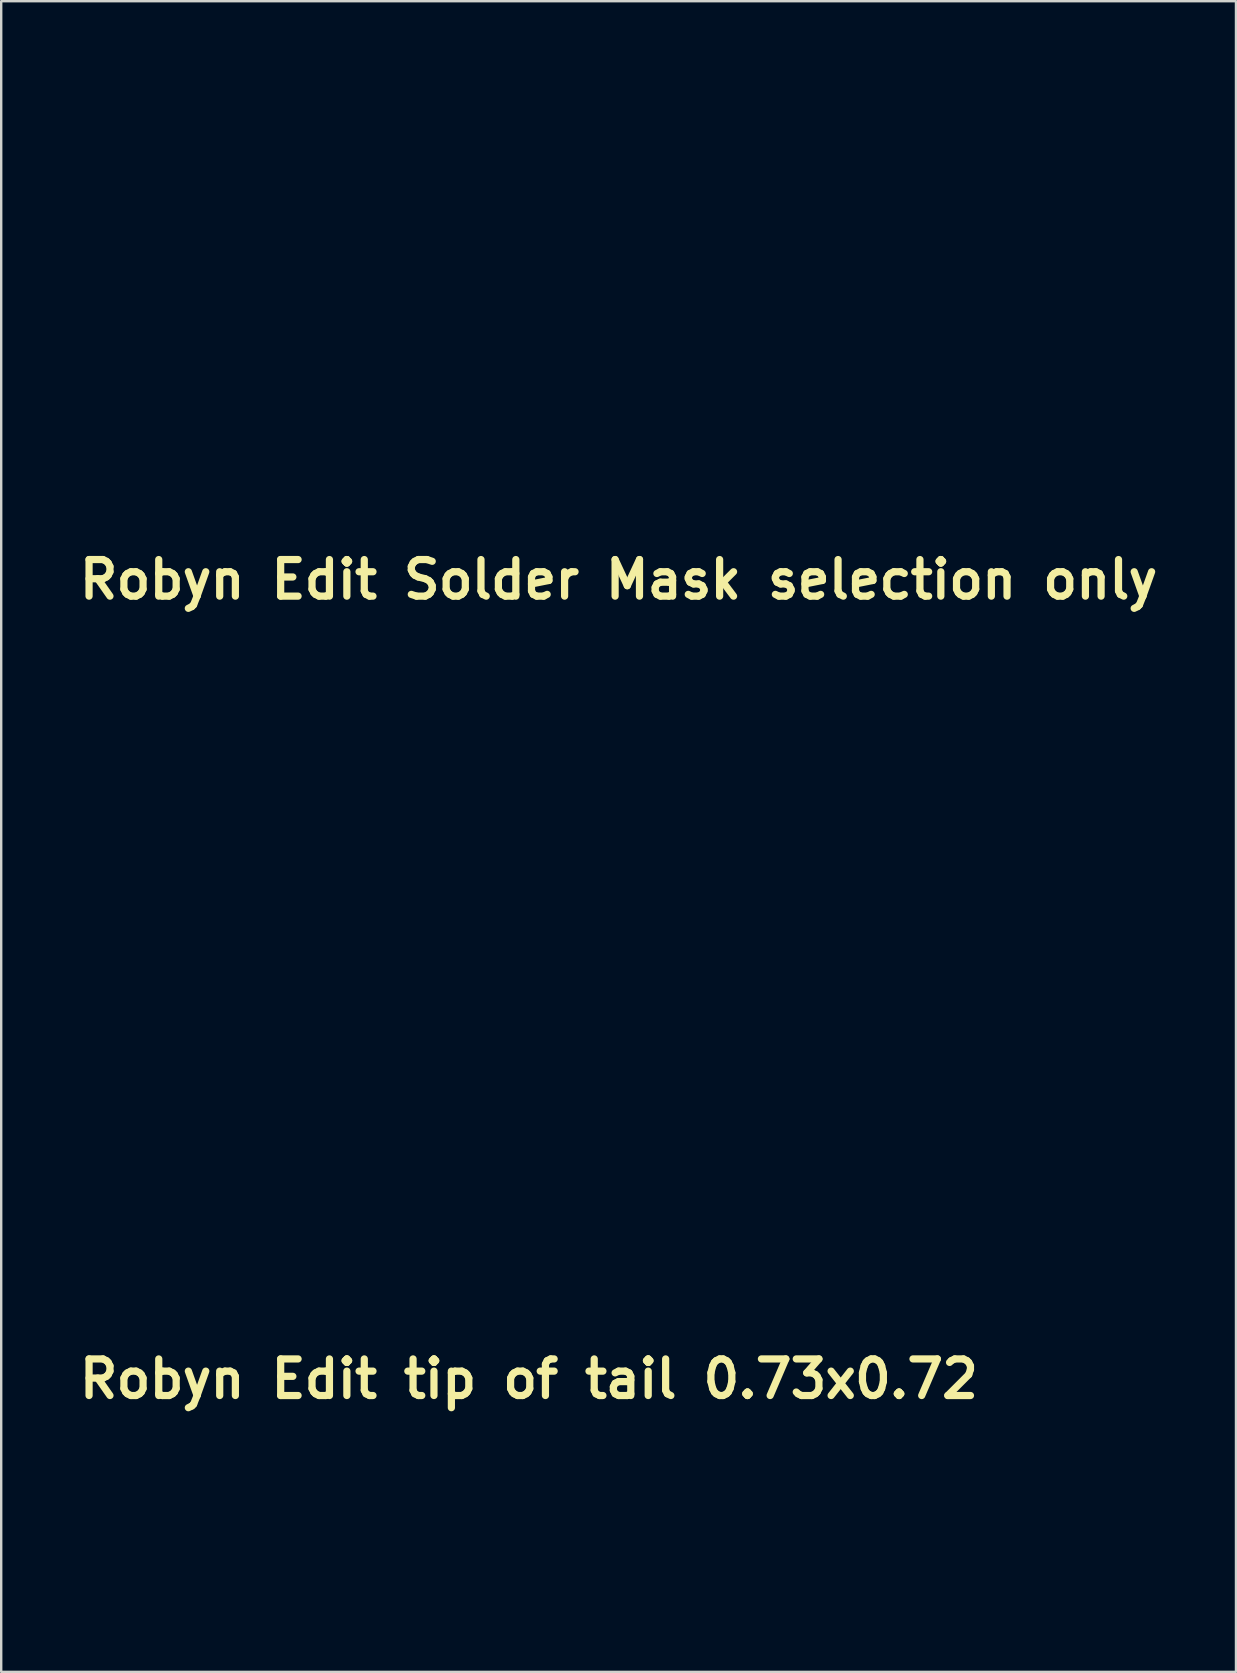
<source format=kicad_pcb>
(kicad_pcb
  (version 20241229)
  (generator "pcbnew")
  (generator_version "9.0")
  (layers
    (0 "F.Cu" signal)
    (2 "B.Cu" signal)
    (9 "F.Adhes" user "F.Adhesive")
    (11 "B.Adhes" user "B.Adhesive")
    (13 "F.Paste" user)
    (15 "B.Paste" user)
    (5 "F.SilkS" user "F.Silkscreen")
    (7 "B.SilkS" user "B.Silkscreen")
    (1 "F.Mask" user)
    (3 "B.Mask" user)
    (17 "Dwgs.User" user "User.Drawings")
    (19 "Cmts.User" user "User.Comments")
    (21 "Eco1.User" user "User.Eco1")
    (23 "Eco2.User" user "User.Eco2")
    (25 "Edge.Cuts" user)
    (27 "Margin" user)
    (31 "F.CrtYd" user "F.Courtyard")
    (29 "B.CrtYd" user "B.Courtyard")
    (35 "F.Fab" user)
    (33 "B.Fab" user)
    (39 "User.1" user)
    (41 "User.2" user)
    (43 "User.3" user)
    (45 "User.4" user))
  (footprint "Robyn Edit tip of tail 0.73x0.72"
    (layer "F.Cu")
    (at 18.985 54.401)
    (property "Reference" "Robyn Edit tip of tail 0.73x0.72" (at 0 0 0) (layer "F.SilkS") (effects (font (size 1.524 1.524) (thickness 0.3))))
    (attr board_only exclude_from_pos_files exclude_from_bom)
    (zone (net_name "") (layer "F.Cu") (hatch edge 0.508) (connect_pads) (min_thickness 0.254) (filled_areas_thickness no) (keepout (tracks not_allowed) (vias not_allowed) (pads not_allowed) (copperpour not_allowed) (footprints allowed)) (placement (enabled no)) (fill) (polygon (pts (xy 11.354 45.373) (xy 11.521 45.572) (xy 11.7 45.834) (xy 11.959 46.202) (xy 12.274 46.561) (xy 12.658 46.917) (xy 13.122 47.278) (xy 13.679 47.65) (xy 14.34 48.042) (xy 15.119 48.459) (xy 16.026 48.908) (xy 17.075 49.398) (xy 18.277 49.934) (xy 19.644 50.525) (xy 20.083 50.711) (xy 21.36 51.259) (xy 22.475 51.752) (xy 23.444 52.199) (xy 24.286 52.612) (xy 25.018 52.999) (xy 25.658 53.371) (xy 26.224 53.736) (xy 26.733 54.104) (xy 27.203 54.486) (xy 27.565 54.81) (xy 27.914 55.157) (xy 28.105 55.404) (xy 28.138 55.56) (xy 28.016 55.632) (xy 27.738 55.625) (xy 27.707 55.621) (xy 27.374 55.518) (xy 26.926 55.282) (xy 26.356 54.91) (xy 26.092 54.721) (xy 25.867 54.557) (xy 26.068 54.886) (xy 26.223 55.291) (xy 26.267 55.759) (xy 26.198 56.208) (xy 26.102 56.432) (xy 25.797 56.769) (xy 25.355 56.996) (xy 24.799 57.101) (xy 24.57 57.107) (xy 23.972 57.099) (xy 24.114 57.439) (xy 24.234 57.919) (xy 24.226 58.425) (xy 24.103 58.903) (xy 23.874 59.298) (xy 23.68 59.482) (xy 23.359 59.618) (xy 22.951 59.669) (xy 22.54 59.634) (xy 22.244 59.529) (xy 22.016 59.414) (xy 21.926 59.425) (xy 21.954 59.577) (xy 22.009 59.718) (xy 22.136 60.247) (xy 22.094 60.783) (xy 21.991 61.076) (xy 21.73 61.425) (xy 21.351 61.627) (xy 20.865 61.679) (xy 20.294 61.582) (xy 20.052 61.527) (xy 19.902 61.514) (xy 19.885 61.52) (xy 19.89 61.626) (xy 19.949 61.847) (xy 19.99 61.97) (xy 20.11 62.448) (xy 20.13 62.888) (xy 20.053 63.242) (xy 19.943 63.411) (xy 19.777 63.551) (xy 19.671 63.603) (xy 19.589 63.536) (xy 19.39 63.344) (xy 19.087 63.042) (xy 18.694 62.645) (xy 18.225 62.167) (xy 17.696 61.621) (xy 17.119 61.023) (xy 16.812 60.703) (xy 15.822 59.669) (xy 14.955 58.763) (xy 14.202 57.973) (xy 13.554 57.289) (xy 13.001 56.701) (xy 12.535 56.196) (xy 12.145 55.765) (xy 11.822 55.397) (xy 11.558 55.08) (xy 11.342 54.805) (xy 11.166 54.559) (xy 11.02 54.333) (xy 10.895 54.116) (xy 10.781 53.896) (xy 10.669 53.663) (xy 10.587 53.487) (xy 10.175 52.42) (xy 9.898 51.314) (xy 9.759 50.205) (xy 9.762 49.131) (xy 9.914 48.13) (xy 9.955 47.968) (xy 10.071 47.605) (xy 10.234 47.18) (xy 10.427 46.729) (xy 10.634 46.285) (xy 10.837 45.886) (xy 11.02 45.565) (xy 11.165 45.357) (xy 11.246 45.297)))))
  (footprint "Robyn Edit Solder Mask selection only"
    (layer "F.Cu")
    (at 22.722 21.097)
    (property "Reference" "Robyn Edit Solder Mask selection only" (at 0 0 0) (layer "F.SilkS") (effects (font (size 1.524 1.524) (thickness 0.3))))
    (attr board_only exclude_from_pos_files exclude_from_bom)
    (fp_poly (pts (xy 7.367 -16.443) (xy 7.582 -16.12) (xy 7.894 -15.829) (xy 8.235 -15.636) (xy 8.249 -15.63) (xy 8.327 -15.585) (xy 8.289 -15.524) (xy 8.117 -15.427) (xy 8.064 -15.4) (xy 7.803 -15.258) (xy 7.629 -15.111) (xy 7.487 -14.905) (xy 7.37 -14.677) (xy 7.21 -14.351) (xy 7.113 -14.605) (xy 6.87 -15.01) (xy 6.491 -15.322) (xy 6.322 -15.41) (xy 5.998 -15.557) (xy 6.242 -15.642) (xy 6.518 -15.798) (xy 6.802 -16.05) (xy 7.032 -16.337) (xy 7.133 -16.533) (xy 7.218 -16.777)) (stroke (width 0) (type solid)) (fill yes) (layer "F.Mask"))
    (fp_poly (pts (xy 8.075 -20.874) (xy 8.252 -20.673) (xy 8.481 -20.493) (xy 8.492 -20.486) (xy 8.641 -20.378) (xy 8.651 -20.324) (xy 8.624 -20.32) (xy 8.448 -20.246) (xy 8.221 -20.038) (xy 8.003 -19.77) (xy 7.911 -19.665) (xy 7.878 -19.702) (xy 7.877 -19.733) (xy 7.812 -19.878) (xy 7.658 -20.062) (xy 7.466 -20.232) (xy 7.289 -20.336) (xy 7.281 -20.338) (xy 7.243 -20.391) (xy 7.361 -20.483) (xy 7.427 -20.519) (xy 7.648 -20.678) (xy 7.81 -20.87) (xy 7.815 -20.879) (xy 7.929 -21.097)) (stroke (width 0) (type solid)) (fill yes) (layer "F.Mask"))
    (fp_poly (pts (xy 2.77 15.651) (xy 3.023 15.81) (xy 3.307 16.031) (xy 3.449 16.16) (xy 3.771 16.556) (xy 3.934 16.952) (xy 3.945 17.339) (xy 3.816 17.707) (xy 3.554 18.048) (xy 3.169 18.352) (xy 2.671 18.609) (xy 2.069 18.812) (xy 1.371 18.949) (xy 0.593 19.012) (xy 0.153 19.017) (xy -0.27 19.009) (xy -0.622 18.988) (xy -0.804 18.965) (xy -1.21 18.884) (xy -1.555 18.797) (xy -1.808 18.714) (xy -1.937 18.645) (xy -1.947 18.626) (xy -1.876 18.561) (xy -1.691 18.46) (xy -1.503 18.374) (xy -0.703 17.979) (xy 0.126 17.47) (xy 0.933 16.883) (xy 1.668 16.253) (xy 1.878 16.05) (xy 2.443 15.484)) (stroke (width 0) (type solid)) (fill yes) (layer "F.Mask"))
    (fp_poly (pts (xy 10.325 -20.453) (xy 10.326 -20.447) (xy 10.373 -20.24) (xy 10.49 -19.945) (xy 10.651 -19.612) (xy 10.831 -19.295) (xy 10.969 -19.094) (xy 11.304 -18.754) (xy 11.751 -18.444) (xy 12.25 -18.201) (xy 12.38 -18.155) (xy 12.806 -18.013) (xy 12.39 -17.867) (xy 11.724 -17.566) (xy 11.192 -17.171) (xy 10.778 -16.667) (xy 10.466 -16.037) (xy 10.423 -15.922) (xy 10.274 -15.499) (xy 10.132 -15.941) (xy 9.849 -16.549) (xy 9.428 -17.084) (xy 8.89 -17.521) (xy 8.259 -17.84) (xy 8.196 -17.863) (xy 7.768 -18.013) (xy 8.192 -18.154) (xy 8.83 -18.452) (xy 9.374 -18.888) (xy 9.813 -19.45) (xy 10.127 -20.096) (xy 10.223 -20.331) (xy 10.294 -20.458)) (stroke (width 0) (type solid)) (fill yes) (layer "F.Mask"))
    (fp_poly (pts (xy -18.754 16.302) (xy -18.4 16.305) (xy -18.113 16.319) (xy -17.853 16.351) (xy -17.58 16.408) (xy -17.254 16.5) (xy -16.835 16.632) (xy -16.481 16.749) (xy -15.999 16.905) (xy -15.542 17.049) (xy -15.148 17.168) (xy -14.855 17.25) (xy -14.743 17.277) (xy -14.225 17.45) (xy -13.75 17.721) (xy -13.35 18.064) (xy -13.057 18.452) (xy -12.903 18.856) (xy -12.905 19.282) (xy -13.053 19.716) (xy -13.329 20.127) (xy -13.713 20.487) (xy -14.072 20.71) (xy -14.667 20.947) (xy -15.347 21.114) (xy -16.046 21.199) (xy -16.699 21.193) (xy -16.891 21.169) (xy -17.559 21.003) (xy -18.211 20.733) (xy -18.795 20.383) (xy -19.232 20.009) (xy -19.464 19.723) (xy -19.729 19.328) (xy -19.999 18.875) (xy -20.246 18.413) (xy -20.441 17.991) (xy -20.541 17.715) (xy -20.612 17.445) (xy -20.627 17.263) (xy -20.582 17.095) (xy -20.517 16.953) (xy -20.35 16.695) (xy -20.124 16.51) (xy -19.813 16.389) (xy -19.391 16.323) (xy -18.832 16.302)) (stroke (width 0) (type solid)) (fill yes) (layer "F.Mask"))
    (fp_poly (pts (xy 18.276 -2.34) (xy 18.687 -2.06) (xy 19.013 -1.886) (xy 19.289 -1.804) (xy 19.547 -1.8) (xy 19.568 -1.803) (xy 19.718 -1.813) (xy 19.847 -1.787) (xy 19.974 -1.706) (xy 20.114 -1.551) (xy 20.286 -1.303) (xy 20.505 -0.944) (xy 20.78 -0.473) (xy 21.372 0.637) (xy 21.82 1.67) (xy 22.127 2.634) (xy 22.296 3.539) (xy 22.327 4.394) (xy 22.227 5.196) (xy 22.074 5.803) (xy 21.875 6.344) (xy 21.611 6.851) (xy 21.261 7.36) (xy 20.806 7.902) (xy 20.369 8.368) (xy 19.609 9.081) (xy 18.795 9.721) (xy 17.946 10.279) (xy 17.081 10.747) (xy 16.219 11.115) (xy 15.381 11.375) (xy 14.587 11.518) (xy 13.854 11.536) (xy 13.41 11.474) (xy 13.119 11.396) (xy 12.816 11.292) (xy 12.539 11.178) (xy 12.327 11.071) (xy 12.216 10.988) (xy 12.214 10.956) (xy 12.299 10.89) (xy 12.478 10.758) (xy 12.648 10.637) (xy 13.064 10.285) (xy 13.396 9.866) (xy 13.684 9.33) (xy 13.691 9.314) (xy 13.802 9.04) (xy 13.861 8.791) (xy 13.88 8.499) (xy 13.872 8.171) (xy 13.825 7.707) (xy 13.715 7.286) (xy 13.525 6.872) (xy 13.237 6.428) (xy 12.835 5.917) (xy 12.814 5.891) (xy 12.587 5.616) (xy 12.411 5.394) (xy 12.308 5.255) (xy 12.291 5.221) (xy 12.556 5.036) (xy 12.703 4.789) (xy 12.738 4.454) (xy 12.668 4.008) (xy 12.653 3.946) (xy 12.591 3.678) (xy 12.557 3.486) (xy 12.556 3.418) (xy 12.647 3.42) (xy 12.836 3.462) (xy 12.874 3.473) (xy 13.376 3.55) (xy 13.803 3.486) (xy 14.142 3.298) (xy 14.379 3.002) (xy 14.499 2.616) (xy 14.49 2.156) (xy 14.348 1.664) (xy 14.317 1.566) (xy 14.362 1.554) (xy 14.517 1.627) (xy 14.552 1.646) (xy 14.875 1.753) (xy 15.241 1.787) (xy 15.58 1.748) (xy 15.779 1.666) (xy 15.957 1.506) (xy 16.138 1.279) (xy 16.171 1.228) (xy 16.276 1.028) (xy 16.325 0.824) (xy 16.331 0.551) (xy 16.321 0.356) (xy 16.291 0.041) (xy 16.253 -0.22) (xy 16.217 -0.362) (xy 16.193 -0.456) (xy 16.26 -0.486) (xy 16.452 -0.465) (xy 16.482 -0.46) (xy 16.955 -0.456) (xy 17.396 -0.582) (xy 17.768 -0.821) (xy 18.034 -1.152) (xy 18.078 -1.246) (xy 18.191 -1.651) (xy 18.158 -2.025) (xy 18.043 -2.311) (xy 17.882 -2.626)) (stroke (width 0) (type solid)) (fill yes) (layer "F.Mask"))
    (fp_poly (pts (xy -21.29 -2.513) (xy -21.017 -2.303) (xy -20.659 -2.002) (xy -20.27 -1.683) (xy -19.862 -1.364) (xy -19.485 -1.081) (xy -19.197 -0.88) (xy -18.865 -0.673) (xy -18.501 -0.465) (xy -18.142 -0.275) (xy -17.825 -0.122) (xy -17.587 -0.025) (xy -17.482 -0.000067) (xy -17.385 0.051) (xy -17.19 0.19) (xy -16.926 0.394) (xy -16.677 0.597) (xy -16.305 0.886) (xy -15.898 1.17) (xy -15.52 1.405) (xy -15.349 1.497) (xy -15.043 1.646) (xy -14.838 1.728) (xy -14.686 1.752) (xy -14.535 1.726) (xy -14.376 1.674) (xy -13.692 1.438) (xy -13.133 1.252) (xy -12.666 1.106) (xy -12.259 0.992) (xy -11.876 0.901) (xy -11.485 0.822) (xy -11.053 0.749) (xy -10.887 0.722) (xy -10.052 0.599) (xy -9.34 0.514) (xy -8.708 0.465) (xy -8.116 0.45) (xy -7.522 0.468) (xy -6.882 0.517) (xy -6.604 0.545) (xy -5.317 0.714) (xy -4.117 0.936) (xy -3.024 1.208) (xy -2.058 1.524) (xy -1.251 1.873) (xy -0.993 1.999) (xy -0.798 2.087) (xy -0.714 2.117) (xy -0.633 2.062) (xy -0.462 1.915) (xy -0.229 1.702) (xy -0.098 1.577) (xy 0.256 1.264) (xy 0.605 1.019) (xy 1.018 0.797) (xy 1.27 0.681) (xy 1.73 0.47) (xy 2.246 0.222) (xy 2.726 -0.017) (xy 2.852 -0.082) (xy 3.214 -0.266) (xy 3.455 -0.372) (xy 3.598 -0.409) (xy 3.667 -0.384) (xy 3.678 -0.365) (xy 3.701 -0.214) (xy 3.716 0.072) (xy 3.723 0.46) (xy 3.724 0.918) (xy 3.717 1.412) (xy 3.704 1.908) (xy 3.685 2.374) (xy 3.66 2.776) (xy 3.638 3.006) (xy 3.453 4.152) (xy 3.162 5.189) (xy 2.754 6.147) (xy 2.3 6.934) (xy 1.948 7.476) (xy 1.988 9.093) (xy 2.002 9.66) (xy 2.006 10.062) (xy 2 10.302) (xy 1.979 10.387) (xy 1.94 10.318) (xy 1.881 10.101) (xy 1.798 9.74) (xy 1.732 9.442) (xy 1.635 9.055) (xy 1.532 8.79) (xy 1.403 8.602) (xy 1.34 8.538) (xy 0.937 8.266) (xy 0.482 8.155) (xy -0.023 8.205) (xy -0.574 8.416) (xy -0.578 8.418) (xy -0.832 8.562) (xy -1.044 8.723) (xy -1.227 8.926) (xy -1.394 9.192) (xy -1.559 9.544) (xy -1.735 10.004) (xy -1.936 10.597) (xy -2.027 10.88) (xy -2.178 11.473) (xy -2.302 12.214) (xy -2.396 13.085) (xy -2.459 14.066) (xy -2.48 14.69) (xy -2.498 15.452) (xy -3.006 15.509) (xy -3.361 15.566) (xy -3.714 15.648) (xy -3.884 15.7) (xy -4.152 15.792) (xy -4.306 15.818) (xy -4.391 15.772) (xy -4.454 15.646) (xy -4.472 15.6) (xy -4.539 15.413) (xy -4.638 15.118) (xy -4.751 14.769) (xy -4.789 14.647) (xy -5.003 13.995) (xy -5.233 13.331) (xy -5.471 12.68) (xy -5.706 12.068) (xy -5.928 11.522) (xy -6.127 11.065) (xy -6.293 10.725) (xy -6.391 10.559) (xy -6.489 10.382) (xy -6.519 10.271) (xy -6.563 10.147) (xy -6.68 9.914) (xy -6.853 9.604) (xy -7.062 9.249) (xy -7.288 8.882) (xy -7.512 8.535) (xy -7.715 8.239) (xy -7.734 8.213) (xy -8.213 7.627) (xy -8.738 7.105) (xy -9.274 6.68) (xy -9.705 6.423) (xy -9.964 6.3) (xy -10.176 6.218) (xy -10.388 6.17) (xy -10.646 6.147) (xy -10.999 6.139) (xy -11.259 6.139) (xy -11.717 6.144) (xy -12.069 6.166) (xy -12.379 6.215) (xy -12.71 6.3) (xy -13.101 6.422) (xy -13.421 6.54) (xy -13.859 6.72) (xy -14.383 6.948) (xy -14.962 7.21) (xy -15.563 7.492) (xy -16 7.704) (xy -16.793 8.087) (xy -17.459 8.395) (xy -18.02 8.635) (xy -18.497 8.812) (xy -18.912 8.934) (xy -19.286 9.009) (xy -19.64 9.042) (xy -19.996 9.042) (xy -20.107 9.036) (xy -20.49 8.995) (xy -20.848 8.925) (xy -21.151 8.838) (xy -21.364 8.744) (xy -21.457 8.652) (xy -21.45 8.616) (xy -21.361 8.537) (xy -21.163 8.392) (xy -20.889 8.206) (xy -20.712 8.09) (xy -20.283 7.789) (xy -19.913 7.485) (xy -19.626 7.2) (xy -19.444 6.955) (xy -19.389 6.791) (xy -19.446 6.655) (xy -19.596 6.454) (xy -19.775 6.262) (xy -20.109 5.892) (xy -20.414 5.456) (xy -20.708 4.923) (xy -21.007 4.264) (xy -21.126 3.976) (xy -21.566 2.763) (xy -21.896 1.578) (xy -22.058 0.81) (xy -22.165 0.126) (xy -22.203 -0.449) (xy -22.172 -0.962) (xy -22.118 -1.225) (xy -21.34 -1.225) (xy -21.33 -0.89) (xy -21.299 -0.465) (xy -21.25 0.024) (xy -21.185 0.55) (xy -21.107 1.089) (xy -21.019 1.614) (xy -20.923 2.1) (xy -20.874 2.318) (xy -20.588 3.373) (xy -20.254 4.3) (xy -19.857 5.138) (xy -19.505 5.736) (xy -19.301 6.021) (xy -19.143 6.153) (xy -19.016 6.138) (xy -18.903 5.98) (xy -18.888 5.948) (xy -18.713 5.622) (xy -18.453 5.215) (xy -18.138 4.767) (xy -17.8 4.32) (xy -17.467 3.915) (xy -17.172 3.595) (xy -17.114 3.539) (xy -16.773 3.244) (xy -16.388 2.949) (xy -16.063 2.73) (xy 0.068 2.73) (xy 0.122 2.876) (xy 0.28 3.113) (xy 0.286 3.122) (xy 0.601 3.605) (xy 0.909 4.174) (xy 1.192 4.782) (xy 1.427 5.38) (xy 1.593 5.923) (xy 1.656 6.224) (xy 1.727 6.494) (xy 1.839 6.602) (xy 1.991 6.547) (xy 2.186 6.331) (xy 2.39 6.011) (xy 2.656 5.506) (xy 2.904 4.944) (xy 3.108 4.392) (xy 3.233 3.951) (xy 3.308 3.561) (xy 3.377 3.097) (xy 3.439 2.588) (xy 3.491 2.065) (xy 3.53 1.555) (xy 3.555 1.09) (xy 3.563 0.697) (xy 3.552 0.408) (xy 3.52 0.25) (xy 3.511 0.237) (xy 3.435 0.271) (xy 3.27 0.401) (xy 3.049 0.601) (xy 2.968 0.679) (xy 2.712 0.902) (xy 2.352 1.179) (xy 1.929 1.48) (xy 1.486 1.774) (xy 1.341 1.865) (xy 0.946 2.11) (xy 0.597 2.329) (xy 0.322 2.504) (xy 0.148 2.617) (xy 0.106 2.646) (xy 0.068 2.73) (xy -16.063 2.73) (xy -16.033 2.71) (xy -15.975 2.676) (xy -15.71 2.518) (xy -15.517 2.395) (xy -15.43 2.329) (xy -15.429 2.323) (xy -15.507 2.278) (xy -15.71 2.167) (xy -16.012 2.005) (xy -16.388 1.804) (xy -16.679 1.649) (xy -17.499 1.195) (xy -18.303 0.713) (xy -19.062 0.223) (xy -19.745 -0.254) (xy -20.322 -0.7) (xy -20.63 -0.966) (xy -20.894 -1.205) (xy -21.11 -1.392) (xy -21.251 -1.504) (xy -21.286 -1.524) (xy -21.327 -1.445) (xy -21.34 -1.225) (xy -22.118 -1.225) (xy -22.07 -1.46) (xy -21.984 -1.745) (xy -21.844 -2.159) (xy -21.732 -2.438) (xy -21.62 -2.586) (xy -21.482 -2.61)) (stroke (width 0) (type solid)) (fill yes) (layer "F.Mask")))
  (gr_rect
    (start -3 -3)
    (end 48.444 66.603)
    (stroke (width 0.1) (type default))
    (fill no)
    (layer "Edge.Cuts")))
</source>
